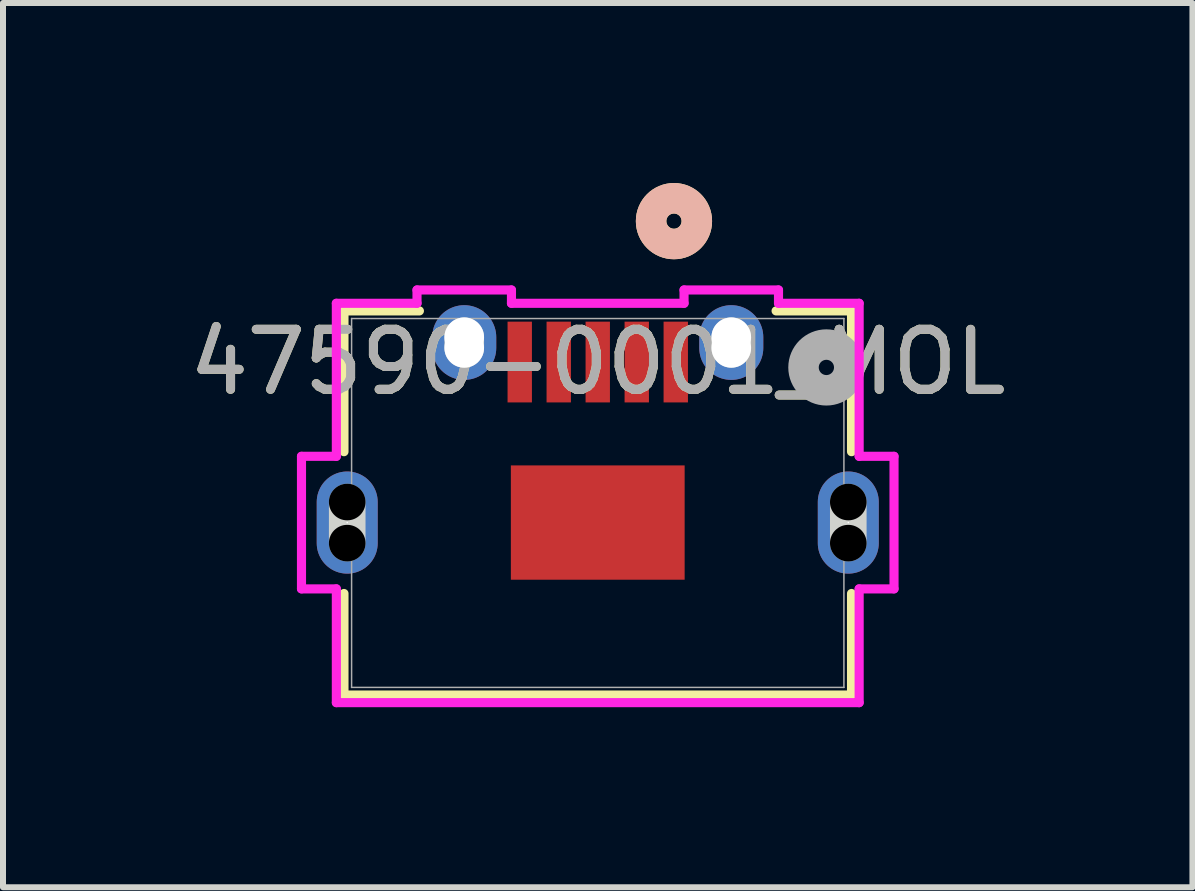
<source format=kicad_pcb>
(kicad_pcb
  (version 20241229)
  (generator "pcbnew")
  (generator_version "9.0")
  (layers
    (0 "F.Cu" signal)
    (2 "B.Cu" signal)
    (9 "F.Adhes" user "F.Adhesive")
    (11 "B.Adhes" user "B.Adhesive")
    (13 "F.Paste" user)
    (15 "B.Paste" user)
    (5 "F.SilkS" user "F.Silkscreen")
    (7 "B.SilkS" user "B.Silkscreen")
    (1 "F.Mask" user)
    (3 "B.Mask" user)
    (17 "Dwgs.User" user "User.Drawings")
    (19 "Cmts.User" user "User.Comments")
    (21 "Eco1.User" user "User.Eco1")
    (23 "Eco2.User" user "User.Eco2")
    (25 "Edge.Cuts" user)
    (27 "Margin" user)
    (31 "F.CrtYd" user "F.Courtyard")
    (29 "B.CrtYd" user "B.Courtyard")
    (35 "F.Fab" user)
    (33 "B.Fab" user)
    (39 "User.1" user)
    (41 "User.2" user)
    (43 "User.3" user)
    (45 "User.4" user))
  (footprint "47590-0001_MOL"
    (layer "F.Cu")
    (at 6.911 0.635)
    (property "Reference" "47590-0001_MOL" (at 0 2.348 0) (unlocked yes) (layer "F.SilkS") (effects (font (size 1 1) (thickness 0.15))))
    (attr smd)
    (fp_line (start -4.229 1.496) (end -2.972 1.496) (stroke (width 0.152) (type solid)) (layer "F.SilkS"))
    (fp_line (start -4.229 3.842) (end -4.229 1.496) (stroke (width 0.152) (type solid)) (layer "F.SilkS"))
    (fp_line (start -4.229 7.897) (end -4.229 6.205) (stroke (width 0.152) (type solid)) (layer "F.SilkS"))
    (fp_line (start 2.972 1.496) (end 4.229 1.496) (stroke (width 0.152) (type solid)) (layer "F.SilkS"))
    (fp_line (start 4.229 1.496) (end 4.229 3.842) (stroke (width 0.152) (type solid)) (layer "F.SilkS"))
    (fp_line (start 4.229 6.205) (end 4.229 7.897) (stroke (width 0.152) (type solid)) (layer "F.SilkS"))
    (fp_line (start 4.229 7.897) (end -4.229 7.897) (stroke (width 0.152) (type solid)) (layer "F.SilkS"))
    (fp_circle (center 1.27 0) (end 1.651 0) (stroke (width 0.508) (type solid)) (fill no) (layer "F.SilkS"))
    (fp_circle (center 1.27 0) (end 1.651 0) (stroke (width 0.508) (type solid)) (fill no) (layer "B.SilkS"))
    (fp_line (start -4.175 5.366) (end -4.175 4.681) (stroke (width 0.61) (type solid)) (layer "Edge.Cuts"))
    (fp_line (start -2.225 2.112) (end -2.225 1.935) (stroke (width 0.66) (type solid)) (layer "Edge.Cuts"))
    (fp_line (start 2.225 2.112) (end 2.225 1.935) (stroke (width 0.66) (type solid)) (layer "Edge.Cuts"))
    (fp_line (start 4.175 5.366) (end 4.175 4.681) (stroke (width 0.61) (type solid)) (layer "Edge.Cuts"))
    (fp_line (start -4.937 3.919) (end -4.937 6.128) (stroke (width 0.152) (type solid)) (layer "F.CrtYd"))
    (fp_line (start -4.937 6.128) (end -4.356 6.128) (stroke (width 0.152) (type solid)) (layer "F.CrtYd"))
    (fp_line (start -4.356 1.369) (end -4.356 3.919) (stroke (width 0.152) (type solid)) (layer "F.CrtYd"))
    (fp_line (start -4.356 3.919) (end -4.937 3.919) (stroke (width 0.152) (type solid)) (layer "F.CrtYd"))
    (fp_line (start -4.356 6.128) (end -4.356 8.024) (stroke (width 0.152) (type solid)) (layer "F.CrtYd"))
    (fp_line (start -4.356 8.024) (end 4.356 8.024) (stroke (width 0.152) (type solid)) (layer "F.CrtYd"))
    (fp_line (start -3.012 1.147) (end -3.012 1.369) (stroke (width 0.152) (type solid)) (layer "F.CrtYd"))
    (fp_line (start -3.012 1.369) (end -4.356 1.369) (stroke (width 0.152) (type solid)) (layer "F.CrtYd"))
    (fp_line (start -1.438 1.147) (end -3.012 1.147) (stroke (width 0.152) (type solid)) (layer "F.CrtYd"))
    (fp_line (start -1.438 1.369) (end -1.438 1.147) (stroke (width 0.152) (type solid)) (layer "F.CrtYd"))
    (fp_line (start 1.438 1.147) (end 1.438 1.369) (stroke (width 0.152) (type solid)) (layer "F.CrtYd"))
    (fp_line (start 1.438 1.369) (end -1.438 1.369) (stroke (width 0.152) (type solid)) (layer "F.CrtYd"))
    (fp_line (start 3.012 1.147) (end 1.438 1.147) (stroke (width 0.152) (type solid)) (layer "F.CrtYd"))
    (fp_line (start 3.012 1.369) (end 3.012 1.147) (stroke (width 0.152) (type solid)) (layer "F.CrtYd"))
    (fp_line (start 4.356 1.369) (end 3.012 1.369) (stroke (width 0.152) (type solid)) (layer "F.CrtYd"))
    (fp_line (start 4.356 3.919) (end 4.356 1.369) (stroke (width 0.152) (type solid)) (layer "F.CrtYd"))
    (fp_line (start 4.356 6.128) (end 4.937 6.128) (stroke (width 0.152) (type solid)) (layer "F.CrtYd"))
    (fp_line (start 4.356 8.024) (end 4.356 6.128) (stroke (width 0.152) (type solid)) (layer "F.CrtYd"))
    (fp_line (start 4.937 3.919) (end 4.356 3.919) (stroke (width 0.152) (type solid)) (layer "F.CrtYd"))
    (fp_line (start 4.937 6.128) (end 4.937 3.919) (stroke (width 0.152) (type solid)) (layer "F.CrtYd"))
    (fp_line (start -4.102 1.623) (end -4.102 7.77) (stroke (width 0.025) (type solid)) (layer "F.Fab"))
    (fp_line (start -4.102 7.77) (end 4.102 7.77) (stroke (width 0.025) (type solid)) (layer "F.Fab"))
    (fp_line (start 4.102 1.623) (end -4.102 1.623) (stroke (width 0.025) (type solid)) (layer "F.Fab"))
    (fp_line (start 4.102 7.77) (end 4.102 1.623) (stroke (width 0.025) (type solid)) (layer "F.Fab"))
    (fp_circle (center 3.81 2.438) (end 4.191 2.438) (stroke (width 0.508) (type solid)) (fill no) (layer "F.Fab"))
    (fp_text user "${REFERENCE}" (at 0 2.348 0) (unlocked yes) (layer "F.Fab") (effects (font (size 1 1) (thickness 0.15))))
    (pad "" np_thru_hole circle (at -4.175 4.681) (size 0.61 0.61) (drill 0.61) (layers))
    (pad "" np_thru_hole circle (at -4.175 5.366) (size 0.61 0.61) (drill 0.61) (layers))
    (pad "" np_thru_hole circle (at -2.225 1.935) (size 0.66 0.66) (drill 0.66) (layers "*.Cu" "*.Mask"))
    (pad "" np_thru_hole circle (at -2.225 2.112) (size 0.66 0.66) (drill 0.66) (layers "*.Cu" "*.Mask"))
    (pad "" np_thru_hole circle (at 2.225 1.935) (size 0.66 0.66) (drill 0.66) (layers "*.Cu" "*.Mask"))
    (pad "" np_thru_hole circle (at 2.225 2.112) (size 0.66 0.66) (drill 0.66) (layers "*.Cu" "*.Mask"))
    (pad "" np_thru_hole circle (at 4.175 4.681) (size 0.61 0.61) (drill 0.61) (layers))
    (pad "" np_thru_hole circle (at 4.175 5.366) (size 0.61 0.61) (drill 0.61) (layers))
    (pad "1" smd rect (at 1.3 2.348) (size 0.406 1.346) (layers "F.Cu" "F.Mask" "F.Paste"))
    (pad "2" smd rect (at 0.65 2.348) (size 0.406 1.346) (layers "F.Cu" "F.Mask" "F.Paste"))
    (pad "3" smd rect (at 0 2.348) (size 0.406 1.346) (layers "F.Cu" "F.Mask" "F.Paste"))
    (pad "4" smd rect (at -0.65 2.348) (size 0.406 1.346) (layers "F.Cu" "F.Mask" "F.Paste"))
    (pad "5" smd rect (at -1.3 2.348) (size 0.406 1.346) (layers "F.Cu" "F.Mask" "F.Paste"))
    (pad "6" thru_hole oval (at -2.225 2.023 90) (size 1.245 1.067) (drill 0.025) (layers "*.Cu" "*.Mask"))
    (pad "7" thru_hole oval (at 2.225 2.023 90) (size 1.245 1.067) (drill 0.025) (layers "*.Cu" "*.Mask"))
    (pad "8" thru_hole oval (at -4.175 5.023 90) (size 1.702 1.016) (drill 0.025) (layers "*.Cu" "*.Mask"))
    (pad "9" thru_hole oval (at 4.175 5.023 90) (size 1.702 1.016) (drill 0.025) (layers "*.Cu" "*.Mask"))
    (pad "10" smd rect (at 0 5.023) (size 2.896 1.905) (layers "F.Cu" "F.Mask" "F.Paste")))
  (gr_rect
    (start -3 -3)
    (end 16.821 11.735)
    (stroke (width 0.1) (type default))
    (fill no)
    (layer "Edge.Cuts")))
</source>
